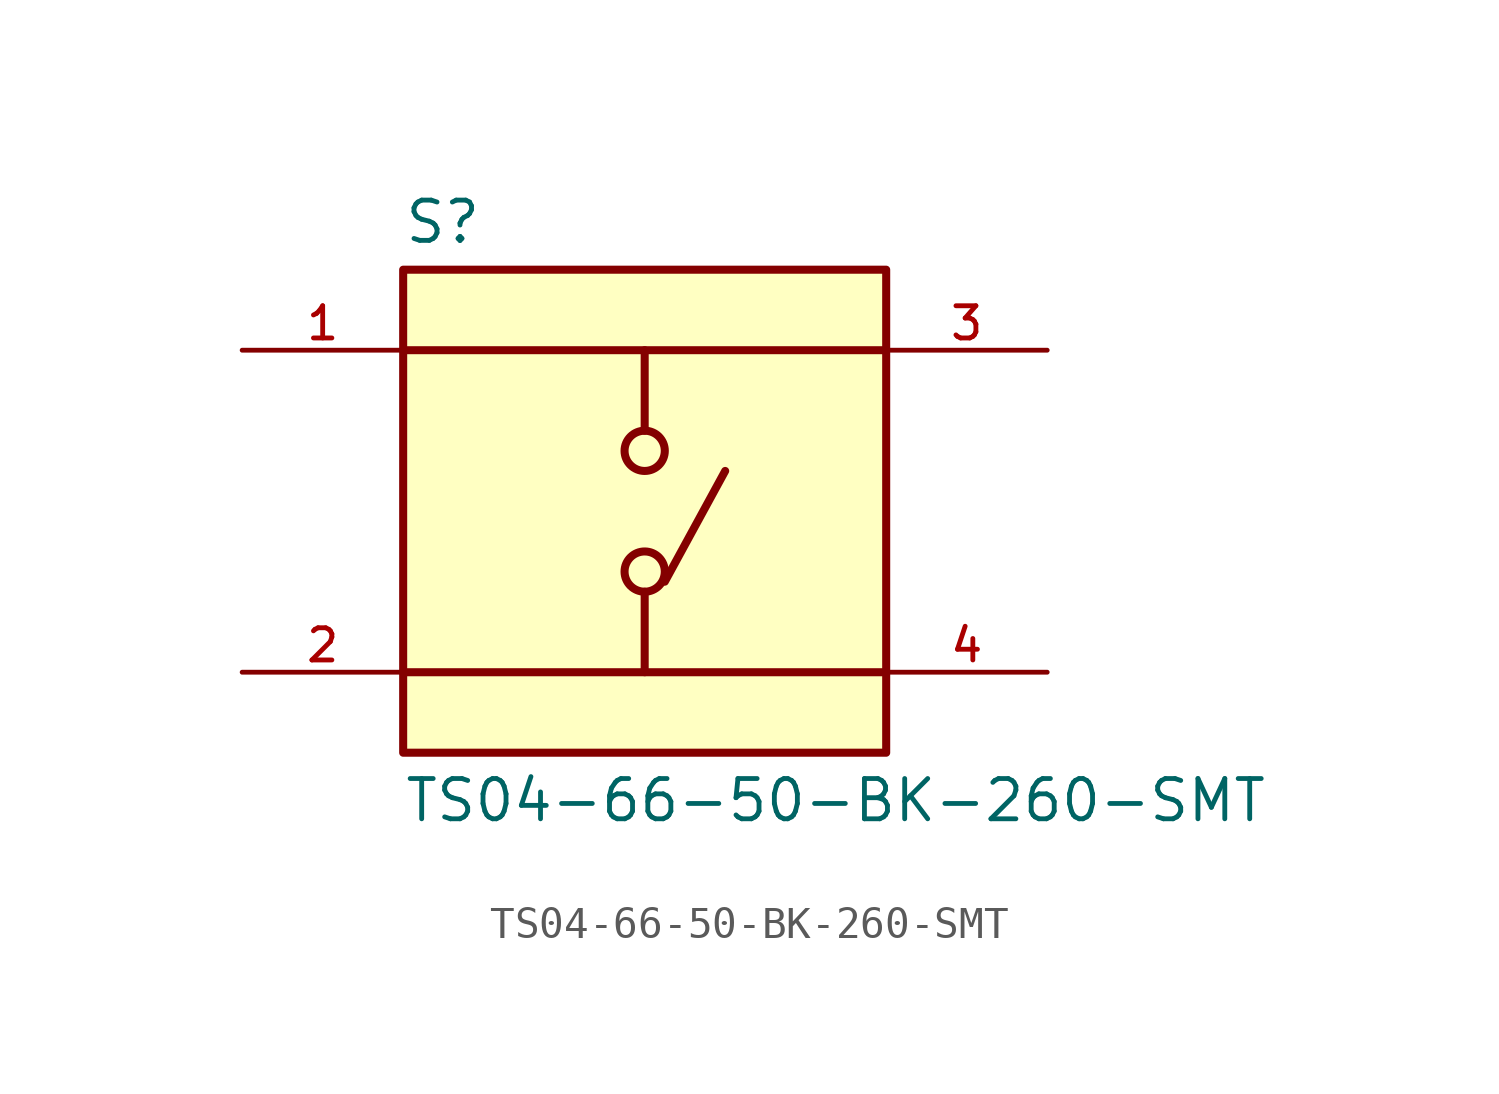
<source format=kicad_sym>
(kicad_symbol_lib
  (version 20211014)
  (generator kicad_symbol_editor)
  (symbol "TS04-66-50-BK-260-SMT"
    (pin_names
      (offset 1.016))
    (property "Reference" "S"
      (at -7.62 8.382 0)
      (effects (font (size 1.27 1.27)) (justify bottom left)))
    (property "Value" "TS04-66-50-BK-260-SMT"
      (at -7.62 -8.382 0)
      (effects (font (size 1.27 1.27)) (justify top left)))
    (symbol "TS04-66-50-BK-260-SMT_0_0"
      (polyline (pts (xy 0.0 5.08) (xy 0.0 2.54)) (stroke (width 0.254)))
      (polyline (pts (xy 0.0 -2.54) (xy 0.0 -5.08)) (stroke (width 0.254)))
      (polyline (pts (xy 7.62 5.08) (xy -7.62 5.08)) (stroke (width 0.254)))
      (polyline (pts (xy 7.62 -5.08) (xy -7.62 -5.08)) (stroke (width 0.254)))
      (circle (center 0.0 -1.905) (radius 0.635) (stroke (width 0.254)) (fill (type none)))
      (circle (center 0.0 1.905) (radius 0.635) (stroke (width 0.254)) (fill (type none)))
      (polyline (pts (xy 0.635 -2.223) (xy 2.54 1.27)) (stroke (width 0.254)))
      (rectangle (start -7.62 -7.62) (end 7.62 7.62) (stroke (width 0.254)) (fill (type background)))
      (pin passive line (at -12.7 5.08 0) (length 5.08) (name "~" (effects (font (size 1.016 1.016)))) (number "1" (effects (font (size 1.016 1.016)))))
      (pin passive line (at -12.7 -5.08 0) (length 5.08) (name "~" (effects (font (size 1.016 1.016)))) (number "2" (effects (font (size 1.016 1.016)))))
      (pin passive line (at 12.7 5.08 180.0) (length 5.08) (name "~" (effects (font (size 1.016 1.016)))) (number "3" (effects (font (size 1.016 1.016)))))
      (pin passive line (at 12.7 -5.08 180.0) (length 5.08) (name "~" (effects (font (size 1.016 1.016)))) (number "4" (effects (font (size 1.016 1.016))))))))
</source>
